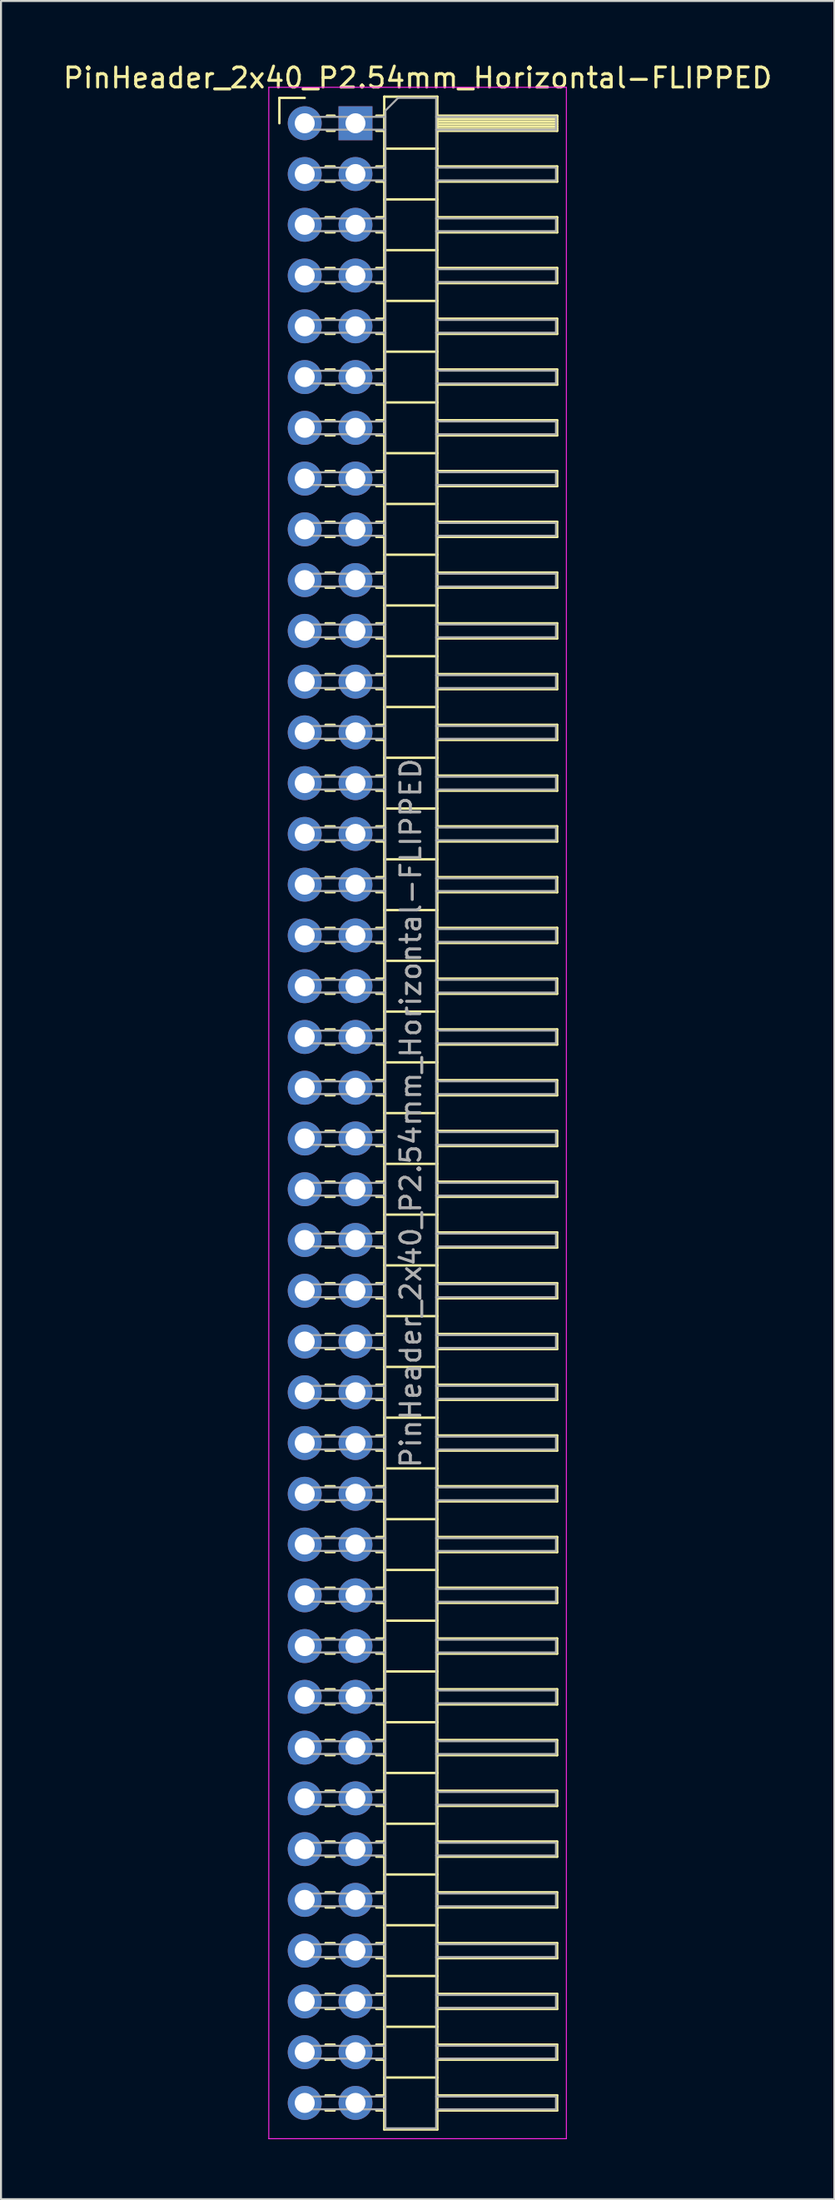
<source format=kicad_pcb>
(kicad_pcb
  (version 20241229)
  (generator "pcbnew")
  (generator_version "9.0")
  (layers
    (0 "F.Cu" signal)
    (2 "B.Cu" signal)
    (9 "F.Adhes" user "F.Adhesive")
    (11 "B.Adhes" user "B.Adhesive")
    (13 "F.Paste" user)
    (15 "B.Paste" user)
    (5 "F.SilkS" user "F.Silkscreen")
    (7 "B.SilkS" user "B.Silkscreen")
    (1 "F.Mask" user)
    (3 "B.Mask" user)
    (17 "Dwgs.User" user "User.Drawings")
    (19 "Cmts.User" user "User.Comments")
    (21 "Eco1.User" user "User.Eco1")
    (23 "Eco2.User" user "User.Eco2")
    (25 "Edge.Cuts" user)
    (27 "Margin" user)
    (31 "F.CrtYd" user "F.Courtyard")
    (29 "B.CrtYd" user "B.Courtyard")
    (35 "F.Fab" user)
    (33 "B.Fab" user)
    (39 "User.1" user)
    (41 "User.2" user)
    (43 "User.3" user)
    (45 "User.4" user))
  (footprint "PinHeader_2x40_P2.54mm_Horizontal-FLIPPED"
    (layer "F.Cu")
    (at 12.208 3.118)
    (property "Reference" "PinHeader_2x40_P2.54mm_Horizontal-FLIPPED" (at 5.655 -2.27 0) (layer "F.SilkS") (effects (font (size 1 1) (thickness 0.15))))
    (attr through_hole)
    (fp_line (start -1.27 -1.27) (end 0 -1.27) (stroke (width 0.12) (type solid)) (layer "F.SilkS"))
    (fp_line (start -1.27 0) (end -1.27 -1.27) (stroke (width 0.12) (type solid)) (layer "F.SilkS"))
    (fp_line (start 1.043 2.16) (end 1.497 2.16) (stroke (width 0.12) (type solid)) (layer "F.SilkS"))
    (fp_line (start 1.043 2.92) (end 1.497 2.92) (stroke (width 0.12) (type solid)) (layer "F.SilkS"))
    (fp_line (start 1.043 4.7) (end 1.497 4.7) (stroke (width 0.12) (type solid)) (layer "F.SilkS"))
    (fp_line (start 1.043 5.46) (end 1.497 5.46) (stroke (width 0.12) (type solid)) (layer "F.SilkS"))
    (fp_line (start 1.043 7.24) (end 1.497 7.24) (stroke (width 0.12) (type solid)) (layer "F.SilkS"))
    (fp_line (start 1.043 8) (end 1.497 8) (stroke (width 0.12) (type solid)) (layer "F.SilkS"))
    (fp_line (start 1.043 9.78) (end 1.497 9.78) (stroke (width 0.12) (type solid)) (layer "F.SilkS"))
    (fp_line (start 1.043 10.54) (end 1.497 10.54) (stroke (width 0.12) (type solid)) (layer "F.SilkS"))
    (fp_line (start 1.043 12.32) (end 1.497 12.32) (stroke (width 0.12) (type solid)) (layer "F.SilkS"))
    (fp_line (start 1.043 13.08) (end 1.497 13.08) (stroke (width 0.12) (type solid)) (layer "F.SilkS"))
    (fp_line (start 1.043 14.86) (end 1.497 14.86) (stroke (width 0.12) (type solid)) (layer "F.SilkS"))
    (fp_line (start 1.043 15.62) (end 1.497 15.62) (stroke (width 0.12) (type solid)) (layer "F.SilkS"))
    (fp_line (start 1.043 17.4) (end 1.497 17.4) (stroke (width 0.12) (type solid)) (layer "F.SilkS"))
    (fp_line (start 1.043 18.16) (end 1.497 18.16) (stroke (width 0.12) (type solid)) (layer "F.SilkS"))
    (fp_line (start 1.043 19.94) (end 1.497 19.94) (stroke (width 0.12) (type solid)) (layer "F.SilkS"))
    (fp_line (start 1.043 20.7) (end 1.497 20.7) (stroke (width 0.12) (type solid)) (layer "F.SilkS"))
    (fp_line (start 1.043 22.48) (end 1.497 22.48) (stroke (width 0.12) (type solid)) (layer "F.SilkS"))
    (fp_line (start 1.043 23.24) (end 1.497 23.24) (stroke (width 0.12) (type solid)) (layer "F.SilkS"))
    (fp_line (start 1.043 25.02) (end 1.497 25.02) (stroke (width 0.12) (type solid)) (layer "F.SilkS"))
    (fp_line (start 1.043 25.78) (end 1.497 25.78) (stroke (width 0.12) (type solid)) (layer "F.SilkS"))
    (fp_line (start 1.043 27.56) (end 1.497 27.56) (stroke (width 0.12) (type solid)) (layer "F.SilkS"))
    (fp_line (start 1.043 28.32) (end 1.497 28.32) (stroke (width 0.12) (type solid)) (layer "F.SilkS"))
    (fp_line (start 1.043 30.1) (end 1.497 30.1) (stroke (width 0.12) (type solid)) (layer "F.SilkS"))
    (fp_line (start 1.043 30.86) (end 1.497 30.86) (stroke (width 0.12) (type solid)) (layer "F.SilkS"))
    (fp_line (start 1.043 32.64) (end 1.497 32.64) (stroke (width 0.12) (type solid)) (layer "F.SilkS"))
    (fp_line (start 1.043 33.4) (end 1.497 33.4) (stroke (width 0.12) (type solid)) (layer "F.SilkS"))
    (fp_line (start 1.043 35.18) (end 1.497 35.18) (stroke (width 0.12) (type solid)) (layer "F.SilkS"))
    (fp_line (start 1.043 35.94) (end 1.497 35.94) (stroke (width 0.12) (type solid)) (layer "F.SilkS"))
    (fp_line (start 1.043 37.72) (end 1.497 37.72) (stroke (width 0.12) (type solid)) (layer "F.SilkS"))
    (fp_line (start 1.043 38.48) (end 1.497 38.48) (stroke (width 0.12) (type solid)) (layer "F.SilkS"))
    (fp_line (start 1.043 40.26) (end 1.497 40.26) (stroke (width 0.12) (type solid)) (layer "F.SilkS"))
    (fp_line (start 1.043 41.02) (end 1.497 41.02) (stroke (width 0.12) (type solid)) (layer "F.SilkS"))
    (fp_line (start 1.043 42.8) (end 1.497 42.8) (stroke (width 0.12) (type solid)) (layer "F.SilkS"))
    (fp_line (start 1.043 43.56) (end 1.497 43.56) (stroke (width 0.12) (type solid)) (layer "F.SilkS"))
    (fp_line (start 1.043 45.34) (end 1.497 45.34) (stroke (width 0.12) (type solid)) (layer "F.SilkS"))
    (fp_line (start 1.043 46.1) (end 1.497 46.1) (stroke (width 0.12) (type solid)) (layer "F.SilkS"))
    (fp_line (start 1.043 47.88) (end 1.497 47.88) (stroke (width 0.12) (type solid)) (layer "F.SilkS"))
    (fp_line (start 1.043 48.64) (end 1.497 48.64) (stroke (width 0.12) (type solid)) (layer "F.SilkS"))
    (fp_line (start 1.043 50.42) (end 1.497 50.42) (stroke (width 0.12) (type solid)) (layer "F.SilkS"))
    (fp_line (start 1.043 51.18) (end 1.497 51.18) (stroke (width 0.12) (type solid)) (layer "F.SilkS"))
    (fp_line (start 1.043 52.96) (end 1.497 52.96) (stroke (width 0.12) (type solid)) (layer "F.SilkS"))
    (fp_line (start 1.043 53.72) (end 1.497 53.72) (stroke (width 0.12) (type solid)) (layer "F.SilkS"))
    (fp_line (start 1.043 55.5) (end 1.497 55.5) (stroke (width 0.12) (type solid)) (layer "F.SilkS"))
    (fp_line (start 1.043 56.26) (end 1.497 56.26) (stroke (width 0.12) (type solid)) (layer "F.SilkS"))
    (fp_line (start 1.043 58.04) (end 1.497 58.04) (stroke (width 0.12) (type solid)) (layer "F.SilkS"))
    (fp_line (start 1.043 58.8) (end 1.497 58.8) (stroke (width 0.12) (type solid)) (layer "F.SilkS"))
    (fp_line (start 1.043 60.58) (end 1.497 60.58) (stroke (width 0.12) (type solid)) (layer "F.SilkS"))
    (fp_line (start 1.043 61.34) (end 1.497 61.34) (stroke (width 0.12) (type solid)) (layer "F.SilkS"))
    (fp_line (start 1.043 63.12) (end 1.497 63.12) (stroke (width 0.12) (type solid)) (layer "F.SilkS"))
    (fp_line (start 1.043 63.88) (end 1.497 63.88) (stroke (width 0.12) (type solid)) (layer "F.SilkS"))
    (fp_line (start 1.043 65.66) (end 1.497 65.66) (stroke (width 0.12) (type solid)) (layer "F.SilkS"))
    (fp_line (start 1.043 66.42) (end 1.497 66.42) (stroke (width 0.12) (type solid)) (layer "F.SilkS"))
    (fp_line (start 1.043 68.2) (end 1.497 68.2) (stroke (width 0.12) (type solid)) (layer "F.SilkS"))
    (fp_line (start 1.043 68.96) (end 1.497 68.96) (stroke (width 0.12) (type solid)) (layer "F.SilkS"))
    (fp_line (start 1.043 70.74) (end 1.497 70.74) (stroke (width 0.12) (type solid)) (layer "F.SilkS"))
    (fp_line (start 1.043 71.5) (end 1.497 71.5) (stroke (width 0.12) (type solid)) (layer "F.SilkS"))
    (fp_line (start 1.043 73.28) (end 1.497 73.28) (stroke (width 0.12) (type solid)) (layer "F.SilkS"))
    (fp_line (start 1.043 74.04) (end 1.497 74.04) (stroke (width 0.12) (type solid)) (layer "F.SilkS"))
    (fp_line (start 1.043 75.82) (end 1.497 75.82) (stroke (width 0.12) (type solid)) (layer "F.SilkS"))
    (fp_line (start 1.043 76.58) (end 1.497 76.58) (stroke (width 0.12) (type solid)) (layer "F.SilkS"))
    (fp_line (start 1.043 78.36) (end 1.497 78.36) (stroke (width 0.12) (type solid)) (layer "F.SilkS"))
    (fp_line (start 1.043 79.12) (end 1.497 79.12) (stroke (width 0.12) (type solid)) (layer "F.SilkS"))
    (fp_line (start 1.043 80.9) (end 1.497 80.9) (stroke (width 0.12) (type solid)) (layer "F.SilkS"))
    (fp_line (start 1.043 81.66) (end 1.497 81.66) (stroke (width 0.12) (type solid)) (layer "F.SilkS"))
    (fp_line (start 1.043 83.44) (end 1.497 83.44) (stroke (width 0.12) (type solid)) (layer "F.SilkS"))
    (fp_line (start 1.043 84.2) (end 1.497 84.2) (stroke (width 0.12) (type solid)) (layer "F.SilkS"))
    (fp_line (start 1.043 85.98) (end 1.497 85.98) (stroke (width 0.12) (type solid)) (layer "F.SilkS"))
    (fp_line (start 1.043 86.74) (end 1.497 86.74) (stroke (width 0.12) (type solid)) (layer "F.SilkS"))
    (fp_line (start 1.043 88.52) (end 1.497 88.52) (stroke (width 0.12) (type solid)) (layer "F.SilkS"))
    (fp_line (start 1.043 89.28) (end 1.497 89.28) (stroke (width 0.12) (type solid)) (layer "F.SilkS"))
    (fp_line (start 1.043 91.06) (end 1.497 91.06) (stroke (width 0.12) (type solid)) (layer "F.SilkS"))
    (fp_line (start 1.043 91.82) (end 1.497 91.82) (stroke (width 0.12) (type solid)) (layer "F.SilkS"))
    (fp_line (start 1.043 93.6) (end 1.497 93.6) (stroke (width 0.12) (type solid)) (layer "F.SilkS"))
    (fp_line (start 1.043 94.36) (end 1.497 94.36) (stroke (width 0.12) (type solid)) (layer "F.SilkS"))
    (fp_line (start 1.043 96.14) (end 1.497 96.14) (stroke (width 0.12) (type solid)) (layer "F.SilkS"))
    (fp_line (start 1.043 96.9) (end 1.497 96.9) (stroke (width 0.12) (type solid)) (layer "F.SilkS"))
    (fp_line (start 1.043 98.68) (end 1.497 98.68) (stroke (width 0.12) (type solid)) (layer "F.SilkS"))
    (fp_line (start 1.043 99.44) (end 1.497 99.44) (stroke (width 0.12) (type solid)) (layer "F.SilkS"))
    (fp_line (start 1.11 -0.38) (end 1.497 -0.38) (stroke (width 0.12) (type solid)) (layer "F.SilkS"))
    (fp_line (start 1.11 0.38) (end 1.497 0.38) (stroke (width 0.12) (type solid)) (layer "F.SilkS"))
    (fp_line (start 3.583 -0.38) (end 3.98 -0.38) (stroke (width 0.12) (type solid)) (layer "F.SilkS"))
    (fp_line (start 3.583 0.38) (end 3.98 0.38) (stroke (width 0.12) (type solid)) (layer "F.SilkS"))
    (fp_line (start 3.583 2.16) (end 3.98 2.16) (stroke (width 0.12) (type solid)) (layer "F.SilkS"))
    (fp_line (start 3.583 2.92) (end 3.98 2.92) (stroke (width 0.12) (type solid)) (layer "F.SilkS"))
    (fp_line (start 3.583 4.7) (end 3.98 4.7) (stroke (width 0.12) (type solid)) (layer "F.SilkS"))
    (fp_line (start 3.583 5.46) (end 3.98 5.46) (stroke (width 0.12) (type solid)) (layer "F.SilkS"))
    (fp_line (start 3.583 7.24) (end 3.98 7.24) (stroke (width 0.12) (type solid)) (layer "F.SilkS"))
    (fp_line (start 3.583 8) (end 3.98 8) (stroke (width 0.12) (type solid)) (layer "F.SilkS"))
    (fp_line (start 3.583 9.78) (end 3.98 9.78) (stroke (width 0.12) (type solid)) (layer "F.SilkS"))
    (fp_line (start 3.583 10.54) (end 3.98 10.54) (stroke (width 0.12) (type solid)) (layer "F.SilkS"))
    (fp_line (start 3.583 12.32) (end 3.98 12.32) (stroke (width 0.12) (type solid)) (layer "F.SilkS"))
    (fp_line (start 3.583 13.08) (end 3.98 13.08) (stroke (width 0.12) (type solid)) (layer "F.SilkS"))
    (fp_line (start 3.583 14.86) (end 3.98 14.86) (stroke (width 0.12) (type solid)) (layer "F.SilkS"))
    (fp_line (start 3.583 15.62) (end 3.98 15.62) (stroke (width 0.12) (type solid)) (layer "F.SilkS"))
    (fp_line (start 3.583 17.4) (end 3.98 17.4) (stroke (width 0.12) (type solid)) (layer "F.SilkS"))
    (fp_line (start 3.583 18.16) (end 3.98 18.16) (stroke (width 0.12) (type solid)) (layer "F.SilkS"))
    (fp_line (start 3.583 19.94) (end 3.98 19.94) (stroke (width 0.12) (type solid)) (layer "F.SilkS"))
    (fp_line (start 3.583 20.7) (end 3.98 20.7) (stroke (width 0.12) (type solid)) (layer "F.SilkS"))
    (fp_line (start 3.583 22.48) (end 3.98 22.48) (stroke (width 0.12) (type solid)) (layer "F.SilkS"))
    (fp_line (start 3.583 23.24) (end 3.98 23.24) (stroke (width 0.12) (type solid)) (layer "F.SilkS"))
    (fp_line (start 3.583 25.02) (end 3.98 25.02) (stroke (width 0.12) (type solid)) (layer "F.SilkS"))
    (fp_line (start 3.583 25.78) (end 3.98 25.78) (stroke (width 0.12) (type solid)) (layer "F.SilkS"))
    (fp_line (start 3.583 27.56) (end 3.98 27.56) (stroke (width 0.12) (type solid)) (layer "F.SilkS"))
    (fp_line (start 3.583 28.32) (end 3.98 28.32) (stroke (width 0.12) (type solid)) (layer "F.SilkS"))
    (fp_line (start 3.583 30.1) (end 3.98 30.1) (stroke (width 0.12) (type solid)) (layer "F.SilkS"))
    (fp_line (start 3.583 30.86) (end 3.98 30.86) (stroke (width 0.12) (type solid)) (layer "F.SilkS"))
    (fp_line (start 3.583 32.64) (end 3.98 32.64) (stroke (width 0.12) (type solid)) (layer "F.SilkS"))
    (fp_line (start 3.583 33.4) (end 3.98 33.4) (stroke (width 0.12) (type solid)) (layer "F.SilkS"))
    (fp_line (start 3.583 35.18) (end 3.98 35.18) (stroke (width 0.12) (type solid)) (layer "F.SilkS"))
    (fp_line (start 3.583 35.94) (end 3.98 35.94) (stroke (width 0.12) (type solid)) (layer "F.SilkS"))
    (fp_line (start 3.583 37.72) (end 3.98 37.72) (stroke (width 0.12) (type solid)) (layer "F.SilkS"))
    (fp_line (start 3.583 38.48) (end 3.98 38.48) (stroke (width 0.12) (type solid)) (layer "F.SilkS"))
    (fp_line (start 3.583 40.26) (end 3.98 40.26) (stroke (width 0.12) (type solid)) (layer "F.SilkS"))
    (fp_line (start 3.583 41.02) (end 3.98 41.02) (stroke (width 0.12) (type solid)) (layer "F.SilkS"))
    (fp_line (start 3.583 42.8) (end 3.98 42.8) (stroke (width 0.12) (type solid)) (layer "F.SilkS"))
    (fp_line (start 3.583 43.56) (end 3.98 43.56) (stroke (width 0.12) (type solid)) (layer "F.SilkS"))
    (fp_line (start 3.583 45.34) (end 3.98 45.34) (stroke (width 0.12) (type solid)) (layer "F.SilkS"))
    (fp_line (start 3.583 46.1) (end 3.98 46.1) (stroke (width 0.12) (type solid)) (layer "F.SilkS"))
    (fp_line (start 3.583 47.88) (end 3.98 47.88) (stroke (width 0.12) (type solid)) (layer "F.SilkS"))
    (fp_line (start 3.583 48.64) (end 3.98 48.64) (stroke (width 0.12) (type solid)) (layer "F.SilkS"))
    (fp_line (start 3.583 50.42) (end 3.98 50.42) (stroke (width 0.12) (type solid)) (layer "F.SilkS"))
    (fp_line (start 3.583 51.18) (end 3.98 51.18) (stroke (width 0.12) (type solid)) (layer "F.SilkS"))
    (fp_line (start 3.583 52.96) (end 3.98 52.96) (stroke (width 0.12) (type solid)) (layer "F.SilkS"))
    (fp_line (start 3.583 53.72) (end 3.98 53.72) (stroke (width 0.12) (type solid)) (layer "F.SilkS"))
    (fp_line (start 3.583 55.5) (end 3.98 55.5) (stroke (width 0.12) (type solid)) (layer "F.SilkS"))
    (fp_line (start 3.583 56.26) (end 3.98 56.26) (stroke (width 0.12) (type solid)) (layer "F.SilkS"))
    (fp_line (start 3.583 58.04) (end 3.98 58.04) (stroke (width 0.12) (type solid)) (layer "F.SilkS"))
    (fp_line (start 3.583 58.8) (end 3.98 58.8) (stroke (width 0.12) (type solid)) (layer "F.SilkS"))
    (fp_line (start 3.583 60.58) (end 3.98 60.58) (stroke (width 0.12) (type solid)) (layer "F.SilkS"))
    (fp_line (start 3.583 61.34) (end 3.98 61.34) (stroke (width 0.12) (type solid)) (layer "F.SilkS"))
    (fp_line (start 3.583 63.12) (end 3.98 63.12) (stroke (width 0.12) (type solid)) (layer "F.SilkS"))
    (fp_line (start 3.583 63.88) (end 3.98 63.88) (stroke (width 0.12) (type solid)) (layer "F.SilkS"))
    (fp_line (start 3.583 65.66) (end 3.98 65.66) (stroke (width 0.12) (type solid)) (layer "F.SilkS"))
    (fp_line (start 3.583 66.42) (end 3.98 66.42) (stroke (width 0.12) (type solid)) (layer "F.SilkS"))
    (fp_line (start 3.583 68.2) (end 3.98 68.2) (stroke (width 0.12) (type solid)) (layer "F.SilkS"))
    (fp_line (start 3.583 68.96) (end 3.98 68.96) (stroke (width 0.12) (type solid)) (layer "F.SilkS"))
    (fp_line (start 3.583 70.74) (end 3.98 70.74) (stroke (width 0.12) (type solid)) (layer "F.SilkS"))
    (fp_line (start 3.583 71.5) (end 3.98 71.5) (stroke (width 0.12) (type solid)) (layer "F.SilkS"))
    (fp_line (start 3.583 73.28) (end 3.98 73.28) (stroke (width 0.12) (type solid)) (layer "F.SilkS"))
    (fp_line (start 3.583 74.04) (end 3.98 74.04) (stroke (width 0.12) (type solid)) (layer "F.SilkS"))
    (fp_line (start 3.583 75.82) (end 3.98 75.82) (stroke (width 0.12) (type solid)) (layer "F.SilkS"))
    (fp_line (start 3.583 76.58) (end 3.98 76.58) (stroke (width 0.12) (type solid)) (layer "F.SilkS"))
    (fp_line (start 3.583 78.36) (end 3.98 78.36) (stroke (width 0.12) (type solid)) (layer "F.SilkS"))
    (fp_line (start 3.583 79.12) (end 3.98 79.12) (stroke (width 0.12) (type solid)) (layer "F.SilkS"))
    (fp_line (start 3.583 80.9) (end 3.98 80.9) (stroke (width 0.12) (type solid)) (layer "F.SilkS"))
    (fp_line (start 3.583 81.66) (end 3.98 81.66) (stroke (width 0.12) (type solid)) (layer "F.SilkS"))
    (fp_line (start 3.583 83.44) (end 3.98 83.44) (stroke (width 0.12) (type solid)) (layer "F.SilkS"))
    (fp_line (start 3.583 84.2) (end 3.98 84.2) (stroke (width 0.12) (type solid)) (layer "F.SilkS"))
    (fp_line (start 3.583 85.98) (end 3.98 85.98) (stroke (width 0.12) (type solid)) (layer "F.SilkS"))
    (fp_line (start 3.583 86.74) (end 3.98 86.74) (stroke (width 0.12) (type solid)) (layer "F.SilkS"))
    (fp_line (start 3.583 88.52) (end 3.98 88.52) (stroke (width 0.12) (type solid)) (layer "F.SilkS"))
    (fp_line (start 3.583 89.28) (end 3.98 89.28) (stroke (width 0.12) (type solid)) (layer "F.SilkS"))
    (fp_line (start 3.583 91.06) (end 3.98 91.06) (stroke (width 0.12) (type solid)) (layer "F.SilkS"))
    (fp_line (start 3.583 91.82) (end 3.98 91.82) (stroke (width 0.12) (type solid)) (layer "F.SilkS"))
    (fp_line (start 3.583 93.6) (end 3.98 93.6) (stroke (width 0.12) (type solid)) (layer "F.SilkS"))
    (fp_line (start 3.583 94.36) (end 3.98 94.36) (stroke (width 0.12) (type solid)) (layer "F.SilkS"))
    (fp_line (start 3.583 96.14) (end 3.98 96.14) (stroke (width 0.12) (type solid)) (layer "F.SilkS"))
    (fp_line (start 3.583 96.9) (end 3.98 96.9) (stroke (width 0.12) (type solid)) (layer "F.SilkS"))
    (fp_line (start 3.583 98.68) (end 3.98 98.68) (stroke (width 0.12) (type solid)) (layer "F.SilkS"))
    (fp_line (start 3.583 99.44) (end 3.98 99.44) (stroke (width 0.12) (type solid)) (layer "F.SilkS"))
    (fp_line (start 3.98 -1.33) (end 3.98 100.39) (stroke (width 0.12) (type solid)) (layer "F.SilkS"))
    (fp_line (start 3.98 1.27) (end 6.64 1.27) (stroke (width 0.12) (type solid)) (layer "F.SilkS"))
    (fp_line (start 3.98 3.81) (end 6.64 3.81) (stroke (width 0.12) (type solid)) (layer "F.SilkS"))
    (fp_line (start 3.98 6.35) (end 6.64 6.35) (stroke (width 0.12) (type solid)) (layer "F.SilkS"))
    (fp_line (start 3.98 8.89) (end 6.64 8.89) (stroke (width 0.12) (type solid)) (layer "F.SilkS"))
    (fp_line (start 3.98 11.43) (end 6.64 11.43) (stroke (width 0.12) (type solid)) (layer "F.SilkS"))
    (fp_line (start 3.98 13.97) (end 6.64 13.97) (stroke (width 0.12) (type solid)) (layer "F.SilkS"))
    (fp_line (start 3.98 16.51) (end 6.64 16.51) (stroke (width 0.12) (type solid)) (layer "F.SilkS"))
    (fp_line (start 3.98 19.05) (end 6.64 19.05) (stroke (width 0.12) (type solid)) (layer "F.SilkS"))
    (fp_line (start 3.98 21.59) (end 6.64 21.59) (stroke (width 0.12) (type solid)) (layer "F.SilkS"))
    (fp_line (start 3.98 24.13) (end 6.64 24.13) (stroke (width 0.12) (type solid)) (layer "F.SilkS"))
    (fp_line (start 3.98 26.67) (end 6.64 26.67) (stroke (width 0.12) (type solid)) (layer "F.SilkS"))
    (fp_line (start 3.98 29.21) (end 6.64 29.21) (stroke (width 0.12) (type solid)) (layer "F.SilkS"))
    (fp_line (start 3.98 31.75) (end 6.64 31.75) (stroke (width 0.12) (type solid)) (layer "F.SilkS"))
    (fp_line (start 3.98 34.29) (end 6.64 34.29) (stroke (width 0.12) (type solid)) (layer "F.SilkS"))
    (fp_line (start 3.98 36.83) (end 6.64 36.83) (stroke (width 0.12) (type solid)) (layer "F.SilkS"))
    (fp_line (start 3.98 39.37) (end 6.64 39.37) (stroke (width 0.12) (type solid)) (layer "F.SilkS"))
    (fp_line (start 3.98 41.91) (end 6.64 41.91) (stroke (width 0.12) (type solid)) (layer "F.SilkS"))
    (fp_line (start 3.98 44.45) (end 6.64 44.45) (stroke (width 0.12) (type solid)) (layer "F.SilkS"))
    (fp_line (start 3.98 46.99) (end 6.64 46.99) (stroke (width 0.12) (type solid)) (layer "F.SilkS"))
    (fp_line (start 3.98 49.53) (end 6.64 49.53) (stroke (width 0.12) (type solid)) (layer "F.SilkS"))
    (fp_line (start 3.98 52.07) (end 6.64 52.07) (stroke (width 0.12) (type solid)) (layer "F.SilkS"))
    (fp_line (start 3.98 54.61) (end 6.64 54.61) (stroke (width 0.12) (type solid)) (layer "F.SilkS"))
    (fp_line (start 3.98 57.15) (end 6.64 57.15) (stroke (width 0.12) (type solid)) (layer "F.SilkS"))
    (fp_line (start 3.98 59.69) (end 6.64 59.69) (stroke (width 0.12) (type solid)) (layer "F.SilkS"))
    (fp_line (start 3.98 62.23) (end 6.64 62.23) (stroke (width 0.12) (type solid)) (layer "F.SilkS"))
    (fp_line (start 3.98 64.77) (end 6.64 64.77) (stroke (width 0.12) (type solid)) (layer "F.SilkS"))
    (fp_line (start 3.98 67.31) (end 6.64 67.31) (stroke (width 0.12) (type solid)) (layer "F.SilkS"))
    (fp_line (start 3.98 69.85) (end 6.64 69.85) (stroke (width 0.12) (type solid)) (layer "F.SilkS"))
    (fp_line (start 3.98 72.39) (end 6.64 72.39) (stroke (width 0.12) (type solid)) (layer "F.SilkS"))
    (fp_line (start 3.98 74.93) (end 6.64 74.93) (stroke (width 0.12) (type solid)) (layer "F.SilkS"))
    (fp_line (start 3.98 77.47) (end 6.64 77.47) (stroke (width 0.12) (type solid)) (layer "F.SilkS"))
    (fp_line (start 3.98 80.01) (end 6.64 80.01) (stroke (width 0.12) (type solid)) (layer "F.SilkS"))
    (fp_line (start 3.98 82.55) (end 6.64 82.55) (stroke (width 0.12) (type solid)) (layer "F.SilkS"))
    (fp_line (start 3.98 85.09) (end 6.64 85.09) (stroke (width 0.12) (type solid)) (layer "F.SilkS"))
    (fp_line (start 3.98 87.63) (end 6.64 87.63) (stroke (width 0.12) (type solid)) (layer "F.SilkS"))
    (fp_line (start 3.98 90.17) (end 6.64 90.17) (stroke (width 0.12) (type solid)) (layer "F.SilkS"))
    (fp_line (start 3.98 92.71) (end 6.64 92.71) (stroke (width 0.12) (type solid)) (layer "F.SilkS"))
    (fp_line (start 3.98 95.25) (end 6.64 95.25) (stroke (width 0.12) (type solid)) (layer "F.SilkS"))
    (fp_line (start 3.98 97.79) (end 6.64 97.79) (stroke (width 0.12) (type solid)) (layer "F.SilkS"))
    (fp_line (start 3.98 100.39) (end 6.64 100.39) (stroke (width 0.12) (type solid)) (layer "F.SilkS"))
    (fp_line (start 6.64 -1.33) (end 3.98 -1.33) (stroke (width 0.12) (type solid)) (layer "F.SilkS"))
    (fp_line (start 6.64 -0.38) (end 12.64 -0.38) (stroke (width 0.12) (type solid)) (layer "F.SilkS"))
    (fp_line (start 6.64 -0.32) (end 12.64 -0.32) (stroke (width 0.12) (type solid)) (layer "F.SilkS"))
    (fp_line (start 6.64 -0.2) (end 12.64 -0.2) (stroke (width 0.12) (type solid)) (layer "F.SilkS"))
    (fp_line (start 6.64 -0.08) (end 12.64 -0.08) (stroke (width 0.12) (type solid)) (layer "F.SilkS"))
    (fp_line (start 6.64 0.04) (end 12.64 0.04) (stroke (width 0.12) (type solid)) (layer "F.SilkS"))
    (fp_line (start 6.64 0.16) (end 12.64 0.16) (stroke (width 0.12) (type solid)) (layer "F.SilkS"))
    (fp_line (start 6.64 0.28) (end 12.64 0.28) (stroke (width 0.12) (type solid)) (layer "F.SilkS"))
    (fp_line (start 6.64 2.16) (end 12.64 2.16) (stroke (width 0.12) (type solid)) (layer "F.SilkS"))
    (fp_line (start 6.64 4.7) (end 12.64 4.7) (stroke (width 0.12) (type solid)) (layer "F.SilkS"))
    (fp_line (start 6.64 7.24) (end 12.64 7.24) (stroke (width 0.12) (type solid)) (layer "F.SilkS"))
    (fp_line (start 6.64 9.78) (end 12.64 9.78) (stroke (width 0.12) (type solid)) (layer "F.SilkS"))
    (fp_line (start 6.64 12.32) (end 12.64 12.32) (stroke (width 0.12) (type solid)) (layer "F.SilkS"))
    (fp_line (start 6.64 14.86) (end 12.64 14.86) (stroke (width 0.12) (type solid)) (layer "F.SilkS"))
    (fp_line (start 6.64 17.4) (end 12.64 17.4) (stroke (width 0.12) (type solid)) (layer "F.SilkS"))
    (fp_line (start 6.64 19.94) (end 12.64 19.94) (stroke (width 0.12) (type solid)) (layer "F.SilkS"))
    (fp_line (start 6.64 22.48) (end 12.64 22.48) (stroke (width 0.12) (type solid)) (layer "F.SilkS"))
    (fp_line (start 6.64 25.02) (end 12.64 25.02) (stroke (width 0.12) (type solid)) (layer "F.SilkS"))
    (fp_line (start 6.64 27.56) (end 12.64 27.56) (stroke (width 0.12) (type solid)) (layer "F.SilkS"))
    (fp_line (start 6.64 30.1) (end 12.64 30.1) (stroke (width 0.12) (type solid)) (layer "F.SilkS"))
    (fp_line (start 6.64 32.64) (end 12.64 32.64) (stroke (width 0.12) (type solid)) (layer "F.SilkS"))
    (fp_line (start 6.64 35.18) (end 12.64 35.18) (stroke (width 0.12) (type solid)) (layer "F.SilkS"))
    (fp_line (start 6.64 37.72) (end 12.64 37.72) (stroke (width 0.12) (type solid)) (layer "F.SilkS"))
    (fp_line (start 6.64 40.26) (end 12.64 40.26) (stroke (width 0.12) (type solid)) (layer "F.SilkS"))
    (fp_line (start 6.64 42.8) (end 12.64 42.8) (stroke (width 0.12) (type solid)) (layer "F.SilkS"))
    (fp_line (start 6.64 45.34) (end 12.64 45.34) (stroke (width 0.12) (type solid)) (layer "F.SilkS"))
    (fp_line (start 6.64 47.88) (end 12.64 47.88) (stroke (width 0.12) (type solid)) (layer "F.SilkS"))
    (fp_line (start 6.64 50.42) (end 12.64 50.42) (stroke (width 0.12) (type solid)) (layer "F.SilkS"))
    (fp_line (start 6.64 52.96) (end 12.64 52.96) (stroke (width 0.12) (type solid)) (layer "F.SilkS"))
    (fp_line (start 6.64 55.5) (end 12.64 55.5) (stroke (width 0.12) (type solid)) (layer "F.SilkS"))
    (fp_line (start 6.64 58.04) (end 12.64 58.04) (stroke (width 0.12) (type solid)) (layer "F.SilkS"))
    (fp_line (start 6.64 60.58) (end 12.64 60.58) (stroke (width 0.12) (type solid)) (layer "F.SilkS"))
    (fp_line (start 6.64 63.12) (end 12.64 63.12) (stroke (width 0.12) (type solid)) (layer "F.SilkS"))
    (fp_line (start 6.64 65.66) (end 12.64 65.66) (stroke (width 0.12) (type solid)) (layer "F.SilkS"))
    (fp_line (start 6.64 68.2) (end 12.64 68.2) (stroke (width 0.12) (type solid)) (layer "F.SilkS"))
    (fp_line (start 6.64 70.74) (end 12.64 70.74) (stroke (width 0.12) (type solid)) (layer "F.SilkS"))
    (fp_line (start 6.64 73.28) (end 12.64 73.28) (stroke (width 0.12) (type solid)) (layer "F.SilkS"))
    (fp_line (start 6.64 75.82) (end 12.64 75.82) (stroke (width 0.12) (type solid)) (layer "F.SilkS"))
    (fp_line (start 6.64 78.36) (end 12.64 78.36) (stroke (width 0.12) (type solid)) (layer "F.SilkS"))
    (fp_line (start 6.64 80.9) (end 12.64 80.9) (stroke (width 0.12) (type solid)) (layer "F.SilkS"))
    (fp_line (start 6.64 83.44) (end 12.64 83.44) (stroke (width 0.12) (type solid)) (layer "F.SilkS"))
    (fp_line (start 6.64 85.98) (end 12.64 85.98) (stroke (width 0.12) (type solid)) (layer "F.SilkS"))
    (fp_line (start 6.64 88.52) (end 12.64 88.52) (stroke (width 0.12) (type solid)) (layer "F.SilkS"))
    (fp_line (start 6.64 91.06) (end 12.64 91.06) (stroke (width 0.12) (type solid)) (layer "F.SilkS"))
    (fp_line (start 6.64 93.6) (end 12.64 93.6) (stroke (width 0.12) (type solid)) (layer "F.SilkS"))
    (fp_line (start 6.64 96.14) (end 12.64 96.14) (stroke (width 0.12) (type solid)) (layer "F.SilkS"))
    (fp_line (start 6.64 98.68) (end 12.64 98.68) (stroke (width 0.12) (type solid)) (layer "F.SilkS"))
    (fp_line (start 6.64 100.39) (end 6.64 -1.33) (stroke (width 0.12) (type solid)) (layer "F.SilkS"))
    (fp_line (start 12.64 -0.38) (end 12.64 0.38) (stroke (width 0.12) (type solid)) (layer "F.SilkS"))
    (fp_line (start 12.64 0.38) (end 6.64 0.38) (stroke (width 0.12) (type solid)) (layer "F.SilkS"))
    (fp_line (start 12.64 2.16) (end 12.64 2.92) (stroke (width 0.12) (type solid)) (layer "F.SilkS"))
    (fp_line (start 12.64 2.92) (end 6.64 2.92) (stroke (width 0.12) (type solid)) (layer "F.SilkS"))
    (fp_line (start 12.64 4.7) (end 12.64 5.46) (stroke (width 0.12) (type solid)) (layer "F.SilkS"))
    (fp_line (start 12.64 5.46) (end 6.64 5.46) (stroke (width 0.12) (type solid)) (layer "F.SilkS"))
    (fp_line (start 12.64 7.24) (end 12.64 8) (stroke (width 0.12) (type solid)) (layer "F.SilkS"))
    (fp_line (start 12.64 8) (end 6.64 8) (stroke (width 0.12) (type solid)) (layer "F.SilkS"))
    (fp_line (start 12.64 9.78) (end 12.64 10.54) (stroke (width 0.12) (type solid)) (layer "F.SilkS"))
    (fp_line (start 12.64 10.54) (end 6.64 10.54) (stroke (width 0.12) (type solid)) (layer "F.SilkS"))
    (fp_line (start 12.64 12.32) (end 12.64 13.08) (stroke (width 0.12) (type solid)) (layer "F.SilkS"))
    (fp_line (start 12.64 13.08) (end 6.64 13.08) (stroke (width 0.12) (type solid)) (layer "F.SilkS"))
    (fp_line (start 12.64 14.86) (end 12.64 15.62) (stroke (width 0.12) (type solid)) (layer "F.SilkS"))
    (fp_line (start 12.64 15.62) (end 6.64 15.62) (stroke (width 0.12) (type solid)) (layer "F.SilkS"))
    (fp_line (start 12.64 17.4) (end 12.64 18.16) (stroke (width 0.12) (type solid)) (layer "F.SilkS"))
    (fp_line (start 12.64 18.16) (end 6.64 18.16) (stroke (width 0.12) (type solid)) (layer "F.SilkS"))
    (fp_line (start 12.64 19.94) (end 12.64 20.7) (stroke (width 0.12) (type solid)) (layer "F.SilkS"))
    (fp_line (start 12.64 20.7) (end 6.64 20.7) (stroke (width 0.12) (type solid)) (layer "F.SilkS"))
    (fp_line (start 12.64 22.48) (end 12.64 23.24) (stroke (width 0.12) (type solid)) (layer "F.SilkS"))
    (fp_line (start 12.64 23.24) (end 6.64 23.24) (stroke (width 0.12) (type solid)) (layer "F.SilkS"))
    (fp_line (start 12.64 25.02) (end 12.64 25.78) (stroke (width 0.12) (type solid)) (layer "F.SilkS"))
    (fp_line (start 12.64 25.78) (end 6.64 25.78) (stroke (width 0.12) (type solid)) (layer "F.SilkS"))
    (fp_line (start 12.64 27.56) (end 12.64 28.32) (stroke (width 0.12) (type solid)) (layer "F.SilkS"))
    (fp_line (start 12.64 28.32) (end 6.64 28.32) (stroke (width 0.12) (type solid)) (layer "F.SilkS"))
    (fp_line (start 12.64 30.1) (end 12.64 30.86) (stroke (width 0.12) (type solid)) (layer "F.SilkS"))
    (fp_line (start 12.64 30.86) (end 6.64 30.86) (stroke (width 0.12) (type solid)) (layer "F.SilkS"))
    (fp_line (start 12.64 32.64) (end 12.64 33.4) (stroke (width 0.12) (type solid)) (layer "F.SilkS"))
    (fp_line (start 12.64 33.4) (end 6.64 33.4) (stroke (width 0.12) (type solid)) (layer "F.SilkS"))
    (fp_line (start 12.64 35.18) (end 12.64 35.94) (stroke (width 0.12) (type solid)) (layer "F.SilkS"))
    (fp_line (start 12.64 35.94) (end 6.64 35.94) (stroke (width 0.12) (type solid)) (layer "F.SilkS"))
    (fp_line (start 12.64 37.72) (end 12.64 38.48) (stroke (width 0.12) (type solid)) (layer "F.SilkS"))
    (fp_line (start 12.64 38.48) (end 6.64 38.48) (stroke (width 0.12) (type solid)) (layer "F.SilkS"))
    (fp_line (start 12.64 40.26) (end 12.64 41.02) (stroke (width 0.12) (type solid)) (layer "F.SilkS"))
    (fp_line (start 12.64 41.02) (end 6.64 41.02) (stroke (width 0.12) (type solid)) (layer "F.SilkS"))
    (fp_line (start 12.64 42.8) (end 12.64 43.56) (stroke (width 0.12) (type solid)) (layer "F.SilkS"))
    (fp_line (start 12.64 43.56) (end 6.64 43.56) (stroke (width 0.12) (type solid)) (layer "F.SilkS"))
    (fp_line (start 12.64 45.34) (end 12.64 46.1) (stroke (width 0.12) (type solid)) (layer "F.SilkS"))
    (fp_line (start 12.64 46.1) (end 6.64 46.1) (stroke (width 0.12) (type solid)) (layer "F.SilkS"))
    (fp_line (start 12.64 47.88) (end 12.64 48.64) (stroke (width 0.12) (type solid)) (layer "F.SilkS"))
    (fp_line (start 12.64 48.64) (end 6.64 48.64) (stroke (width 0.12) (type solid)) (layer "F.SilkS"))
    (fp_line (start 12.64 50.42) (end 12.64 51.18) (stroke (width 0.12) (type solid)) (layer "F.SilkS"))
    (fp_line (start 12.64 51.18) (end 6.64 51.18) (stroke (width 0.12) (type solid)) (layer "F.SilkS"))
    (fp_line (start 12.64 52.96) (end 12.64 53.72) (stroke (width 0.12) (type solid)) (layer "F.SilkS"))
    (fp_line (start 12.64 53.72) (end 6.64 53.72) (stroke (width 0.12) (type solid)) (layer "F.SilkS"))
    (fp_line (start 12.64 55.5) (end 12.64 56.26) (stroke (width 0.12) (type solid)) (layer "F.SilkS"))
    (fp_line (start 12.64 56.26) (end 6.64 56.26) (stroke (width 0.12) (type solid)) (layer "F.SilkS"))
    (fp_line (start 12.64 58.04) (end 12.64 58.8) (stroke (width 0.12) (type solid)) (layer "F.SilkS"))
    (fp_line (start 12.64 58.8) (end 6.64 58.8) (stroke (width 0.12) (type solid)) (layer "F.SilkS"))
    (fp_line (start 12.64 60.58) (end 12.64 61.34) (stroke (width 0.12) (type solid)) (layer "F.SilkS"))
    (fp_line (start 12.64 61.34) (end 6.64 61.34) (stroke (width 0.12) (type solid)) (layer "F.SilkS"))
    (fp_line (start 12.64 63.12) (end 12.64 63.88) (stroke (width 0.12) (type solid)) (layer "F.SilkS"))
    (fp_line (start 12.64 63.88) (end 6.64 63.88) (stroke (width 0.12) (type solid)) (layer "F.SilkS"))
    (fp_line (start 12.64 65.66) (end 12.64 66.42) (stroke (width 0.12) (type solid)) (layer "F.SilkS"))
    (fp_line (start 12.64 66.42) (end 6.64 66.42) (stroke (width 0.12) (type solid)) (layer "F.SilkS"))
    (fp_line (start 12.64 68.2) (end 12.64 68.96) (stroke (width 0.12) (type solid)) (layer "F.SilkS"))
    (fp_line (start 12.64 68.96) (end 6.64 68.96) (stroke (width 0.12) (type solid)) (layer "F.SilkS"))
    (fp_line (start 12.64 70.74) (end 12.64 71.5) (stroke (width 0.12) (type solid)) (layer "F.SilkS"))
    (fp_line (start 12.64 71.5) (end 6.64 71.5) (stroke (width 0.12) (type solid)) (layer "F.SilkS"))
    (fp_line (start 12.64 73.28) (end 12.64 74.04) (stroke (width 0.12) (type solid)) (layer "F.SilkS"))
    (fp_line (start 12.64 74.04) (end 6.64 74.04) (stroke (width 0.12) (type solid)) (layer "F.SilkS"))
    (fp_line (start 12.64 75.82) (end 12.64 76.58) (stroke (width 0.12) (type solid)) (layer "F.SilkS"))
    (fp_line (start 12.64 76.58) (end 6.64 76.58) (stroke (width 0.12) (type solid)) (layer "F.SilkS"))
    (fp_line (start 12.64 78.36) (end 12.64 79.12) (stroke (width 0.12) (type solid)) (layer "F.SilkS"))
    (fp_line (start 12.64 79.12) (end 6.64 79.12) (stroke (width 0.12) (type solid)) (layer "F.SilkS"))
    (fp_line (start 12.64 80.9) (end 12.64 81.66) (stroke (width 0.12) (type solid)) (layer "F.SilkS"))
    (fp_line (start 12.64 81.66) (end 6.64 81.66) (stroke (width 0.12) (type solid)) (layer "F.SilkS"))
    (fp_line (start 12.64 83.44) (end 12.64 84.2) (stroke (width 0.12) (type solid)) (layer "F.SilkS"))
    (fp_line (start 12.64 84.2) (end 6.64 84.2) (stroke (width 0.12) (type solid)) (layer "F.SilkS"))
    (fp_line (start 12.64 85.98) (end 12.64 86.74) (stroke (width 0.12) (type solid)) (layer "F.SilkS"))
    (fp_line (start 12.64 86.74) (end 6.64 86.74) (stroke (width 0.12) (type solid)) (layer "F.SilkS"))
    (fp_line (start 12.64 88.52) (end 12.64 89.28) (stroke (width 0.12) (type solid)) (layer "F.SilkS"))
    (fp_line (start 12.64 89.28) (end 6.64 89.28) (stroke (width 0.12) (type solid)) (layer "F.SilkS"))
    (fp_line (start 12.64 91.06) (end 12.64 91.82) (stroke (width 0.12) (type solid)) (layer "F.SilkS"))
    (fp_line (start 12.64 91.82) (end 6.64 91.82) (stroke (width 0.12) (type solid)) (layer "F.SilkS"))
    (fp_line (start 12.64 93.6) (end 12.64 94.36) (stroke (width 0.12) (type solid)) (layer "F.SilkS"))
    (fp_line (start 12.64 94.36) (end 6.64 94.36) (stroke (width 0.12) (type solid)) (layer "F.SilkS"))
    (fp_line (start 12.64 96.14) (end 12.64 96.9) (stroke (width 0.12) (type solid)) (layer "F.SilkS"))
    (fp_line (start 12.64 96.9) (end 6.64 96.9) (stroke (width 0.12) (type solid)) (layer "F.SilkS"))
    (fp_line (start 12.64 98.68) (end 12.64 99.44) (stroke (width 0.12) (type solid)) (layer "F.SilkS"))
    (fp_line (start 12.64 99.44) (end 6.64 99.44) (stroke (width 0.12) (type solid)) (layer "F.SilkS"))
    (fp_line (start -1.8 -1.8) (end -1.8 100.85) (stroke (width 0.05) (type solid)) (layer "F.CrtYd"))
    (fp_line (start -1.8 100.85) (end 13.1 100.85) (stroke (width 0.05) (type solid)) (layer "F.CrtYd"))
    (fp_line (start 13.1 -1.8) (end -1.8 -1.8) (stroke (width 0.05) (type solid)) (layer "F.CrtYd"))
    (fp_line (start 13.1 100.85) (end 13.1 -1.8) (stroke (width 0.05) (type solid)) (layer "F.CrtYd"))
    (fp_line (start -0.32 -0.32) (end 4.04 -0.32) (stroke (width 0.1) (type solid)) (layer "F.Fab"))
    (fp_line (start -0.32 0.32) (end 4.04 0.32) (stroke (width 0.1) (type solid)) (layer "F.Fab"))
    (fp_line (start -0.32 2.22) (end 4.04 2.22) (stroke (width 0.1) (type solid)) (layer "F.Fab"))
    (fp_line (start -0.32 2.86) (end 4.04 2.86) (stroke (width 0.1) (type solid)) (layer "F.Fab"))
    (fp_line (start -0.32 4.76) (end 4.04 4.76) (stroke (width 0.1) (type solid)) (layer "F.Fab"))
    (fp_line (start -0.32 5.4) (end 4.04 5.4) (stroke (width 0.1) (type solid)) (layer "F.Fab"))
    (fp_line (start -0.32 7.3) (end 4.04 7.3) (stroke (width 0.1) (type solid)) (layer "F.Fab"))
    (fp_line (start -0.32 7.94) (end 4.04 7.94) (stroke (width 0.1) (type solid)) (layer "F.Fab"))
    (fp_line (start -0.32 9.84) (end 4.04 9.84) (stroke (width 0.1) (type solid)) (layer "F.Fab"))
    (fp_line (start -0.32 10.48) (end 4.04 10.48) (stroke (width 0.1) (type solid)) (layer "F.Fab"))
    (fp_line (start -0.32 12.38) (end 4.04 12.38) (stroke (width 0.1) (type solid)) (layer "F.Fab"))
    (fp_line (start -0.32 13.02) (end 4.04 13.02) (stroke (width 0.1) (type solid)) (layer "F.Fab"))
    (fp_line (start -0.32 14.92) (end 4.04 14.92) (stroke (width 0.1) (type solid)) (layer "F.Fab"))
    (fp_line (start -0.32 15.56) (end 4.04 15.56) (stroke (width 0.1) (type solid)) (layer "F.Fab"))
    (fp_line (start -0.32 17.46) (end 4.04 17.46) (stroke (width 0.1) (type solid)) (layer "F.Fab"))
    (fp_line (start -0.32 18.1) (end 4.04 18.1) (stroke (width 0.1) (type solid)) (layer "F.Fab"))
    (fp_line (start -0.32 20) (end 4.04 20) (stroke (width 0.1) (type solid)) (layer "F.Fab"))
    (fp_line (start -0.32 20.64) (end 4.04 20.64) (stroke (width 0.1) (type solid)) (layer "F.Fab"))
    (fp_line (start -0.32 22.54) (end 4.04 22.54) (stroke (width 0.1) (type solid)) (layer "F.Fab"))
    (fp_line (start -0.32 23.18) (end 4.04 23.18) (stroke (width 0.1) (type solid)) (layer "F.Fab"))
    (fp_line (start -0.32 25.08) (end 4.04 25.08) (stroke (width 0.1) (type solid)) (layer "F.Fab"))
    (fp_line (start -0.32 25.72) (end 4.04 25.72) (stroke (width 0.1) (type solid)) (layer "F.Fab"))
    (fp_line (start -0.32 27.62) (end 4.04 27.62) (stroke (width 0.1) (type solid)) (layer "F.Fab"))
    (fp_line (start -0.32 28.26) (end 4.04 28.26) (stroke (width 0.1) (type solid)) (layer "F.Fab"))
    (fp_line (start -0.32 30.16) (end 4.04 30.16) (stroke (width 0.1) (type solid)) (layer "F.Fab"))
    (fp_line (start -0.32 30.8) (end 4.04 30.8) (stroke (width 0.1) (type solid)) (layer "F.Fab"))
    (fp_line (start -0.32 32.7) (end 4.04 32.7) (stroke (width 0.1) (type solid)) (layer "F.Fab"))
    (fp_line (start -0.32 33.34) (end 4.04 33.34) (stroke (width 0.1) (type solid)) (layer "F.Fab"))
    (fp_line (start -0.32 35.24) (end 4.04 35.24) (stroke (width 0.1) (type solid)) (layer "F.Fab"))
    (fp_line (start -0.32 35.88) (end 4.04 35.88) (stroke (width 0.1) (type solid)) (layer "F.Fab"))
    (fp_line (start -0.32 37.78) (end 4.04 37.78) (stroke (width 0.1) (type solid)) (layer "F.Fab"))
    (fp_line (start -0.32 38.42) (end 4.04 38.42) (stroke (width 0.1) (type solid)) (layer "F.Fab"))
    (fp_line (start -0.32 40.32) (end 4.04 40.32) (stroke (width 0.1) (type solid)) (layer "F.Fab"))
    (fp_line (start -0.32 40.96) (end 4.04 40.96) (stroke (width 0.1) (type solid)) (layer "F.Fab"))
    (fp_line (start -0.32 42.86) (end 4.04 42.86) (stroke (width 0.1) (type solid)) (layer "F.Fab"))
    (fp_line (start -0.32 43.5) (end 4.04 43.5) (stroke (width 0.1) (type solid)) (layer "F.Fab"))
    (fp_line (start -0.32 45.4) (end 4.04 45.4) (stroke (width 0.1) (type solid)) (layer "F.Fab"))
    (fp_line (start -0.32 46.04) (end 4.04 46.04) (stroke (width 0.1) (type solid)) (layer "F.Fab"))
    (fp_line (start -0.32 47.94) (end 4.04 47.94) (stroke (width 0.1) (type solid)) (layer "F.Fab"))
    (fp_line (start -0.32 48.58) (end 4.04 48.58) (stroke (width 0.1) (type solid)) (layer "F.Fab"))
    (fp_line (start -0.32 50.48) (end 4.04 50.48) (stroke (width 0.1) (type solid)) (layer "F.Fab"))
    (fp_line (start -0.32 51.12) (end 4.04 51.12) (stroke (width 0.1) (type solid)) (layer "F.Fab"))
    (fp_line (start -0.32 53.02) (end 4.04 53.02) (stroke (width 0.1) (type solid)) (layer "F.Fab"))
    (fp_line (start -0.32 53.66) (end 4.04 53.66) (stroke (width 0.1) (type solid)) (layer "F.Fab"))
    (fp_line (start -0.32 55.56) (end 4.04 55.56) (stroke (width 0.1) (type solid)) (layer "F.Fab"))
    (fp_line (start -0.32 56.2) (end 4.04 56.2) (stroke (width 0.1) (type solid)) (layer "F.Fab"))
    (fp_line (start -0.32 58.1) (end 4.04 58.1) (stroke (width 0.1) (type solid)) (layer "F.Fab"))
    (fp_line (start -0.32 58.74) (end 4.04 58.74) (stroke (width 0.1) (type solid)) (layer "F.Fab"))
    (fp_line (start -0.32 60.64) (end 4.04 60.64) (stroke (width 0.1) (type solid)) (layer "F.Fab"))
    (fp_line (start -0.32 61.28) (end 4.04 61.28) (stroke (width 0.1) (type solid)) (layer "F.Fab"))
    (fp_line (start -0.32 63.18) (end 4.04 63.18) (stroke (width 0.1) (type solid)) (layer "F.Fab"))
    (fp_line (start -0.32 63.82) (end 4.04 63.82) (stroke (width 0.1) (type solid)) (layer "F.Fab"))
    (fp_line (start -0.32 65.72) (end 4.04 65.72) (stroke (width 0.1) (type solid)) (layer "F.Fab"))
    (fp_line (start -0.32 66.36) (end 4.04 66.36) (stroke (width 0.1) (type solid)) (layer "F.Fab"))
    (fp_line (start -0.32 68.26) (end 4.04 68.26) (stroke (width 0.1) (type solid)) (layer "F.Fab"))
    (fp_line (start -0.32 68.9) (end 4.04 68.9) (stroke (width 0.1) (type solid)) (layer "F.Fab"))
    (fp_line (start -0.32 70.8) (end 4.04 70.8) (stroke (width 0.1) (type solid)) (layer "F.Fab"))
    (fp_line (start -0.32 71.44) (end 4.04 71.44) (stroke (width 0.1) (type solid)) (layer "F.Fab"))
    (fp_line (start -0.32 73.34) (end 4.04 73.34) (stroke (width 0.1) (type solid)) (layer "F.Fab"))
    (fp_line (start -0.32 73.98) (end 4.04 73.98) (stroke (width 0.1) (type solid)) (layer "F.Fab"))
    (fp_line (start -0.32 75.88) (end 4.04 75.88) (stroke (width 0.1) (type solid)) (layer "F.Fab"))
    (fp_line (start -0.32 76.52) (end 4.04 76.52) (stroke (width 0.1) (type solid)) (layer "F.Fab"))
    (fp_line (start -0.32 78.42) (end 4.04 78.42) (stroke (width 0.1) (type solid)) (layer "F.Fab"))
    (fp_line (start -0.32 79.06) (end 4.04 79.06) (stroke (width 0.1) (type solid)) (layer "F.Fab"))
    (fp_line (start -0.32 80.96) (end 4.04 80.96) (stroke (width 0.1) (type solid)) (layer "F.Fab"))
    (fp_line (start -0.32 81.6) (end 4.04 81.6) (stroke (width 0.1) (type solid)) (layer "F.Fab"))
    (fp_line (start -0.32 83.5) (end 4.04 83.5) (stroke (width 0.1) (type solid)) (layer "F.Fab"))
    (fp_line (start -0.32 84.14) (end 4.04 84.14) (stroke (width 0.1) (type solid)) (layer "F.Fab"))
    (fp_line (start -0.32 86.04) (end 4.04 86.04) (stroke (width 0.1) (type solid)) (layer "F.Fab"))
    (fp_line (start -0.32 86.68) (end 4.04 86.68) (stroke (width 0.1) (type solid)) (layer "F.Fab"))
    (fp_line (start -0.32 88.58) (end 4.04 88.58) (stroke (width 0.1) (type solid)) (layer "F.Fab"))
    (fp_line (start -0.32 89.22) (end 4.04 89.22) (stroke (width 0.1) (type solid)) (layer "F.Fab"))
    (fp_line (start -0.32 91.12) (end 4.04 91.12) (stroke (width 0.1) (type solid)) (layer "F.Fab"))
    (fp_line (start -0.32 91.76) (end 4.04 91.76) (stroke (width 0.1) (type solid)) (layer "F.Fab"))
    (fp_line (start -0.32 93.66) (end 4.04 93.66) (stroke (width 0.1) (type solid)) (layer "F.Fab"))
    (fp_line (start -0.32 94.3) (end 4.04 94.3) (stroke (width 0.1) (type solid)) (layer "F.Fab"))
    (fp_line (start -0.32 96.2) (end 4.04 96.2) (stroke (width 0.1) (type solid)) (layer "F.Fab"))
    (fp_line (start -0.32 96.84) (end 4.04 96.84) (stroke (width 0.1) (type solid)) (layer "F.Fab"))
    (fp_line (start -0.32 98.74) (end 4.04 98.74) (stroke (width 0.1) (type solid)) (layer "F.Fab"))
    (fp_line (start -0.32 99.38) (end 4.04 99.38) (stroke (width 0.1) (type solid)) (layer "F.Fab"))
    (fp_line (start 2.22 -0.32) (end 2.22 0.32) (stroke (width 0.1) (type solid)) (layer "F.Fab"))
    (fp_line (start 2.22 2.22) (end 2.22 2.86) (stroke (width 0.1) (type solid)) (layer "F.Fab"))
    (fp_line (start 2.22 4.76) (end 2.22 5.4) (stroke (width 0.1) (type solid)) (layer "F.Fab"))
    (fp_line (start 2.22 7.3) (end 2.22 7.94) (stroke (width 0.1) (type solid)) (layer "F.Fab"))
    (fp_line (start 2.22 9.84) (end 2.22 10.48) (stroke (width 0.1) (type solid)) (layer "F.Fab"))
    (fp_line (start 2.22 12.38) (end 2.22 13.02) (stroke (width 0.1) (type solid)) (layer "F.Fab"))
    (fp_line (start 2.22 14.92) (end 2.22 15.56) (stroke (width 0.1) (type solid)) (layer "F.Fab"))
    (fp_line (start 2.22 17.46) (end 2.22 18.1) (stroke (width 0.1) (type solid)) (layer "F.Fab"))
    (fp_line (start 2.22 20) (end 2.22 20.64) (stroke (width 0.1) (type solid)) (layer "F.Fab"))
    (fp_line (start 2.22 22.54) (end 2.22 23.18) (stroke (width 0.1) (type solid)) (layer "F.Fab"))
    (fp_line (start 2.22 25.08) (end 2.22 25.72) (stroke (width 0.1) (type solid)) (layer "F.Fab"))
    (fp_line (start 2.22 27.62) (end 2.22 28.26) (stroke (width 0.1) (type solid)) (layer "F.Fab"))
    (fp_line (start 2.22 30.16) (end 2.22 30.8) (stroke (width 0.1) (type solid)) (layer "F.Fab"))
    (fp_line (start 2.22 32.7) (end 2.22 33.34) (stroke (width 0.1) (type solid)) (layer "F.Fab"))
    (fp_line (start 2.22 35.24) (end 2.22 35.88) (stroke (width 0.1) (type solid)) (layer "F.Fab"))
    (fp_line (start 2.22 37.78) (end 2.22 38.42) (stroke (width 0.1) (type solid)) (layer "F.Fab"))
    (fp_line (start 2.22 40.32) (end 2.22 40.96) (stroke (width 0.1) (type solid)) (layer "F.Fab"))
    (fp_line (start 2.22 42.86) (end 2.22 43.5) (stroke (width 0.1) (type solid)) (layer "F.Fab"))
    (fp_line (start 2.22 45.4) (end 2.22 46.04) (stroke (width 0.1) (type solid)) (layer "F.Fab"))
    (fp_line (start 2.22 47.94) (end 2.22 48.58) (stroke (width 0.1) (type solid)) (layer "F.Fab"))
    (fp_line (start 2.22 50.48) (end 2.22 51.12) (stroke (width 0.1) (type solid)) (layer "F.Fab"))
    (fp_line (start 2.22 53.02) (end 2.22 53.66) (stroke (width 0.1) (type solid)) (layer "F.Fab"))
    (fp_line (start 2.22 55.56) (end 2.22 56.2) (stroke (width 0.1) (type solid)) (layer "F.Fab"))
    (fp_line (start 2.22 58.1) (end 2.22 58.74) (stroke (width 0.1) (type solid)) (layer "F.Fab"))
    (fp_line (start 2.22 60.64) (end 2.22 61.28) (stroke (width 0.1) (type solid)) (layer "F.Fab"))
    (fp_line (start 2.22 63.18) (end 2.22 63.82) (stroke (width 0.1) (type solid)) (layer "F.Fab"))
    (fp_line (start 2.22 65.72) (end 2.22 66.36) (stroke (width 0.1) (type solid)) (layer "F.Fab"))
    (fp_line (start 2.22 68.26) (end 2.22 68.9) (stroke (width 0.1) (type solid)) (layer "F.Fab"))
    (fp_line (start 2.22 70.8) (end 2.22 71.44) (stroke (width 0.1) (type solid)) (layer "F.Fab"))
    (fp_line (start 2.22 73.34) (end 2.22 73.98) (stroke (width 0.1) (type solid)) (layer "F.Fab"))
    (fp_line (start 2.22 75.88) (end 2.22 76.52) (stroke (width 0.1) (type solid)) (layer "F.Fab"))
    (fp_line (start 2.22 78.42) (end 2.22 79.06) (stroke (width 0.1) (type solid)) (layer "F.Fab"))
    (fp_line (start 2.22 80.96) (end 2.22 81.6) (stroke (width 0.1) (type solid)) (layer "F.Fab"))
    (fp_line (start 2.22 83.5) (end 2.22 84.14) (stroke (width 0.1) (type solid)) (layer "F.Fab"))
    (fp_line (start 2.22 86.04) (end 2.22 86.68) (stroke (width 0.1) (type solid)) (layer "F.Fab"))
    (fp_line (start 2.22 88.58) (end 2.22 89.22) (stroke (width 0.1) (type solid)) (layer "F.Fab"))
    (fp_line (start 2.22 91.12) (end 2.22 91.76) (stroke (width 0.1) (type solid)) (layer "F.Fab"))
    (fp_line (start 2.22 93.66) (end 2.22 94.3) (stroke (width 0.1) (type solid)) (layer "F.Fab"))
    (fp_line (start 2.22 96.2) (end 2.22 96.84) (stroke (width 0.1) (type solid)) (layer "F.Fab"))
    (fp_line (start 2.22 98.74) (end 2.22 99.38) (stroke (width 0.1) (type solid)) (layer "F.Fab"))
    (fp_line (start 4.04 -0.635) (end 4.675 -1.27) (stroke (width 0.1) (type solid)) (layer "F.Fab"))
    (fp_line (start 4.04 100.33) (end 4.04 -0.635) (stroke (width 0.1) (type solid)) (layer "F.Fab"))
    (fp_line (start 4.675 -1.27) (end 6.58 -1.27) (stroke (width 0.1) (type solid)) (layer "F.Fab"))
    (fp_line (start 6.58 -1.27) (end 6.58 100.33) (stroke (width 0.1) (type solid)) (layer "F.Fab"))
    (fp_line (start 6.58 -0.32) (end 12.58 -0.32) (stroke (width 0.1) (type solid)) (layer "F.Fab"))
    (fp_line (start 6.58 0.32) (end 12.58 0.32) (stroke (width 0.1) (type solid)) (layer "F.Fab"))
    (fp_line (start 6.58 2.22) (end 12.58 2.22) (stroke (width 0.1) (type solid)) (layer "F.Fab"))
    (fp_line (start 6.58 2.86) (end 12.58 2.86) (stroke (width 0.1) (type solid)) (layer "F.Fab"))
    (fp_line (start 6.58 4.76) (end 12.58 4.76) (stroke (width 0.1) (type solid)) (layer "F.Fab"))
    (fp_line (start 6.58 5.4) (end 12.58 5.4) (stroke (width 0.1) (type solid)) (layer "F.Fab"))
    (fp_line (start 6.58 7.3) (end 12.58 7.3) (stroke (width 0.1) (type solid)) (layer "F.Fab"))
    (fp_line (start 6.58 7.94) (end 12.58 7.94) (stroke (width 0.1) (type solid)) (layer "F.Fab"))
    (fp_line (start 6.58 9.84) (end 12.58 9.84) (stroke (width 0.1) (type solid)) (layer "F.Fab"))
    (fp_line (start 6.58 10.48) (end 12.58 10.48) (stroke (width 0.1) (type solid)) (layer "F.Fab"))
    (fp_line (start 6.58 12.38) (end 12.58 12.38) (stroke (width 0.1) (type solid)) (layer "F.Fab"))
    (fp_line (start 6.58 13.02) (end 12.58 13.02) (stroke (width 0.1) (type solid)) (layer "F.Fab"))
    (fp_line (start 6.58 14.92) (end 12.58 14.92) (stroke (width 0.1) (type solid)) (layer "F.Fab"))
    (fp_line (start 6.58 15.56) (end 12.58 15.56) (stroke (width 0.1) (type solid)) (layer "F.Fab"))
    (fp_line (start 6.58 17.46) (end 12.58 17.46) (stroke (width 0.1) (type solid)) (layer "F.Fab"))
    (fp_line (start 6.58 18.1) (end 12.58 18.1) (stroke (width 0.1) (type solid)) (layer "F.Fab"))
    (fp_line (start 6.58 20) (end 12.58 20) (stroke (width 0.1) (type solid)) (layer "F.Fab"))
    (fp_line (start 6.58 20.64) (end 12.58 20.64) (stroke (width 0.1) (type solid)) (layer "F.Fab"))
    (fp_line (start 6.58 22.54) (end 12.58 22.54) (stroke (width 0.1) (type solid)) (layer "F.Fab"))
    (fp_line (start 6.58 23.18) (end 12.58 23.18) (stroke (width 0.1) (type solid)) (layer "F.Fab"))
    (fp_line (start 6.58 25.08) (end 12.58 25.08) (stroke (width 0.1) (type solid)) (layer "F.Fab"))
    (fp_line (start 6.58 25.72) (end 12.58 25.72) (stroke (width 0.1) (type solid)) (layer "F.Fab"))
    (fp_line (start 6.58 27.62) (end 12.58 27.62) (stroke (width 0.1) (type solid)) (layer "F.Fab"))
    (fp_line (start 6.58 28.26) (end 12.58 28.26) (stroke (width 0.1) (type solid)) (layer "F.Fab"))
    (fp_line (start 6.58 30.16) (end 12.58 30.16) (stroke (width 0.1) (type solid)) (layer "F.Fab"))
    (fp_line (start 6.58 30.8) (end 12.58 30.8) (stroke (width 0.1) (type solid)) (layer "F.Fab"))
    (fp_line (start 6.58 32.7) (end 12.58 32.7) (stroke (width 0.1) (type solid)) (layer "F.Fab"))
    (fp_line (start 6.58 33.34) (end 12.58 33.34) (stroke (width 0.1) (type solid)) (layer "F.Fab"))
    (fp_line (start 6.58 35.24) (end 12.58 35.24) (stroke (width 0.1) (type solid)) (layer "F.Fab"))
    (fp_line (start 6.58 35.88) (end 12.58 35.88) (stroke (width 0.1) (type solid)) (layer "F.Fab"))
    (fp_line (start 6.58 37.78) (end 12.58 37.78) (stroke (width 0.1) (type solid)) (layer "F.Fab"))
    (fp_line (start 6.58 38.42) (end 12.58 38.42) (stroke (width 0.1) (type solid)) (layer "F.Fab"))
    (fp_line (start 6.58 40.32) (end 12.58 40.32) (stroke (width 0.1) (type solid)) (layer "F.Fab"))
    (fp_line (start 6.58 40.96) (end 12.58 40.96) (stroke (width 0.1) (type solid)) (layer "F.Fab"))
    (fp_line (start 6.58 42.86) (end 12.58 42.86) (stroke (width 0.1) (type solid)) (layer "F.Fab"))
    (fp_line (start 6.58 43.5) (end 12.58 43.5) (stroke (width 0.1) (type solid)) (layer "F.Fab"))
    (fp_line (start 6.58 45.4) (end 12.58 45.4) (stroke (width 0.1) (type solid)) (layer "F.Fab"))
    (fp_line (start 6.58 46.04) (end 12.58 46.04) (stroke (width 0.1) (type solid)) (layer "F.Fab"))
    (fp_line (start 6.58 47.94) (end 12.58 47.94) (stroke (width 0.1) (type solid)) (layer "F.Fab"))
    (fp_line (start 6.58 48.58) (end 12.58 48.58) (stroke (width 0.1) (type solid)) (layer "F.Fab"))
    (fp_line (start 6.58 50.48) (end 12.58 50.48) (stroke (width 0.1) (type solid)) (layer "F.Fab"))
    (fp_line (start 6.58 51.12) (end 12.58 51.12) (stroke (width 0.1) (type solid)) (layer "F.Fab"))
    (fp_line (start 6.58 53.02) (end 12.58 53.02) (stroke (width 0.1) (type solid)) (layer "F.Fab"))
    (fp_line (start 6.58 53.66) (end 12.58 53.66) (stroke (width 0.1) (type solid)) (layer "F.Fab"))
    (fp_line (start 6.58 55.56) (end 12.58 55.56) (stroke (width 0.1) (type solid)) (layer "F.Fab"))
    (fp_line (start 6.58 56.2) (end 12.58 56.2) (stroke (width 0.1) (type solid)) (layer "F.Fab"))
    (fp_line (start 6.58 58.1) (end 12.58 58.1) (stroke (width 0.1) (type solid)) (layer "F.Fab"))
    (fp_line (start 6.58 58.74) (end 12.58 58.74) (stroke (width 0.1) (type solid)) (layer "F.Fab"))
    (fp_line (start 6.58 60.64) (end 12.58 60.64) (stroke (width 0.1) (type solid)) (layer "F.Fab"))
    (fp_line (start 6.58 61.28) (end 12.58 61.28) (stroke (width 0.1) (type solid)) (layer "F.Fab"))
    (fp_line (start 6.58 63.18) (end 12.58 63.18) (stroke (width 0.1) (type solid)) (layer "F.Fab"))
    (fp_line (start 6.58 63.82) (end 12.58 63.82) (stroke (width 0.1) (type solid)) (layer "F.Fab"))
    (fp_line (start 6.58 65.72) (end 12.58 65.72) (stroke (width 0.1) (type solid)) (layer "F.Fab"))
    (fp_line (start 6.58 66.36) (end 12.58 66.36) (stroke (width 0.1) (type solid)) (layer "F.Fab"))
    (fp_line (start 6.58 68.26) (end 12.58 68.26) (stroke (width 0.1) (type solid)) (layer "F.Fab"))
    (fp_line (start 6.58 68.9) (end 12.58 68.9) (stroke (width 0.1) (type solid)) (layer "F.Fab"))
    (fp_line (start 6.58 70.8) (end 12.58 70.8) (stroke (width 0.1) (type solid)) (layer "F.Fab"))
    (fp_line (start 6.58 71.44) (end 12.58 71.44) (stroke (width 0.1) (type solid)) (layer "F.Fab"))
    (fp_line (start 6.58 73.34) (end 12.58 73.34) (stroke (width 0.1) (type solid)) (layer "F.Fab"))
    (fp_line (start 6.58 73.98) (end 12.58 73.98) (stroke (width 0.1) (type solid)) (layer "F.Fab"))
    (fp_line (start 6.58 75.88) (end 12.58 75.88) (stroke (width 0.1) (type solid)) (layer "F.Fab"))
    (fp_line (start 6.58 76.52) (end 12.58 76.52) (stroke (width 0.1) (type solid)) (layer "F.Fab"))
    (fp_line (start 6.58 78.42) (end 12.58 78.42) (stroke (width 0.1) (type solid)) (layer "F.Fab"))
    (fp_line (start 6.58 79.06) (end 12.58 79.06) (stroke (width 0.1) (type solid)) (layer "F.Fab"))
    (fp_line (start 6.58 80.96) (end 12.58 80.96) (stroke (width 0.1) (type solid)) (layer "F.Fab"))
    (fp_line (start 6.58 81.6) (end 12.58 81.6) (stroke (width 0.1) (type solid)) (layer "F.Fab"))
    (fp_line (start 6.58 83.5) (end 12.58 83.5) (stroke (width 0.1) (type solid)) (layer "F.Fab"))
    (fp_line (start 6.58 84.14) (end 12.58 84.14) (stroke (width 0.1) (type solid)) (layer "F.Fab"))
    (fp_line (start 6.58 86.04) (end 12.58 86.04) (stroke (width 0.1) (type solid)) (layer "F.Fab"))
    (fp_line (start 6.58 86.68) (end 12.58 86.68) (stroke (width 0.1) (type solid)) (layer "F.Fab"))
    (fp_line (start 6.58 88.58) (end 12.58 88.58) (stroke (width 0.1) (type solid)) (layer "F.Fab"))
    (fp_line (start 6.58 89.22) (end 12.58 89.22) (stroke (width 0.1) (type solid)) (layer "F.Fab"))
    (fp_line (start 6.58 91.12) (end 12.58 91.12) (stroke (width 0.1) (type solid)) (layer "F.Fab"))
    (fp_line (start 6.58 91.76) (end 12.58 91.76) (stroke (width 0.1) (type solid)) (layer "F.Fab"))
    (fp_line (start 6.58 93.66) (end 12.58 93.66) (stroke (width 0.1) (type solid)) (layer "F.Fab"))
    (fp_line (start 6.58 94.3) (end 12.58 94.3) (stroke (width 0.1) (type solid)) (layer "F.Fab"))
    (fp_line (start 6.58 96.2) (end 12.58 96.2) (stroke (width 0.1) (type solid)) (layer "F.Fab"))
    (fp_line (start 6.58 96.84) (end 12.58 96.84) (stroke (width 0.1) (type solid)) (layer "F.Fab"))
    (fp_line (start 6.58 98.74) (end 12.58 98.74) (stroke (width 0.1) (type solid)) (layer "F.Fab"))
    (fp_line (start 6.58 99.38) (end 12.58 99.38) (stroke (width 0.1) (type solid)) (layer "F.Fab"))
    (fp_line (start 6.58 100.33) (end 4.04 100.33) (stroke (width 0.1) (type solid)) (layer "F.Fab"))
    (fp_line (start 12.58 -0.32) (end 12.58 0.32) (stroke (width 0.1) (type solid)) (layer "F.Fab"))
    (fp_line (start 12.58 2.22) (end 12.58 2.86) (stroke (width 0.1) (type solid)) (layer "F.Fab"))
    (fp_line (start 12.58 4.76) (end 12.58 5.4) (stroke (width 0.1) (type solid)) (layer "F.Fab"))
    (fp_line (start 12.58 7.3) (end 12.58 7.94) (stroke (width 0.1) (type solid)) (layer "F.Fab"))
    (fp_line (start 12.58 9.84) (end 12.58 10.48) (stroke (width 0.1) (type solid)) (layer "F.Fab"))
    (fp_line (start 12.58 12.38) (end 12.58 13.02) (stroke (width 0.1) (type solid)) (layer "F.Fab"))
    (fp_line (start 12.58 14.92) (end 12.58 15.56) (stroke (width 0.1) (type solid)) (layer "F.Fab"))
    (fp_line (start 12.58 17.46) (end 12.58 18.1) (stroke (width 0.1) (type solid)) (layer "F.Fab"))
    (fp_line (start 12.58 20) (end 12.58 20.64) (stroke (width 0.1) (type solid)) (layer "F.Fab"))
    (fp_line (start 12.58 22.54) (end 12.58 23.18) (stroke (width 0.1) (type solid)) (layer "F.Fab"))
    (fp_line (start 12.58 25.08) (end 12.58 25.72) (stroke (width 0.1) (type solid)) (layer "F.Fab"))
    (fp_line (start 12.58 27.62) (end 12.58 28.26) (stroke (width 0.1) (type solid)) (layer "F.Fab"))
    (fp_line (start 12.58 30.16) (end 12.58 30.8) (stroke (width 0.1) (type solid)) (layer "F.Fab"))
    (fp_line (start 12.58 32.7) (end 12.58 33.34) (stroke (width 0.1) (type solid)) (layer "F.Fab"))
    (fp_line (start 12.58 35.24) (end 12.58 35.88) (stroke (width 0.1) (type solid)) (layer "F.Fab"))
    (fp_line (start 12.58 37.78) (end 12.58 38.42) (stroke (width 0.1) (type solid)) (layer "F.Fab"))
    (fp_line (start 12.58 40.32) (end 12.58 40.96) (stroke (width 0.1) (type solid)) (layer "F.Fab"))
    (fp_line (start 12.58 42.86) (end 12.58 43.5) (stroke (width 0.1) (type solid)) (layer "F.Fab"))
    (fp_line (start 12.58 45.4) (end 12.58 46.04) (stroke (width 0.1) (type solid)) (layer "F.Fab"))
    (fp_line (start 12.58 47.94) (end 12.58 48.58) (stroke (width 0.1) (type solid)) (layer "F.Fab"))
    (fp_line (start 12.58 50.48) (end 12.58 51.12) (stroke (width 0.1) (type solid)) (layer "F.Fab"))
    (fp_line (start 12.58 53.02) (end 12.58 53.66) (stroke (width 0.1) (type solid)) (layer "F.Fab"))
    (fp_line (start 12.58 55.56) (end 12.58 56.2) (stroke (width 0.1) (type solid)) (layer "F.Fab"))
    (fp_line (start 12.58 58.1) (end 12.58 58.74) (stroke (width 0.1) (type solid)) (layer "F.Fab"))
    (fp_line (start 12.58 60.64) (end 12.58 61.28) (stroke (width 0.1) (type solid)) (layer "F.Fab"))
    (fp_line (start 12.58 63.18) (end 12.58 63.82) (stroke (width 0.1) (type solid)) (layer "F.Fab"))
    (fp_line (start 12.58 65.72) (end 12.58 66.36) (stroke (width 0.1) (type solid)) (layer "F.Fab"))
    (fp_line (start 12.58 68.26) (end 12.58 68.9) (stroke (width 0.1) (type solid)) (layer "F.Fab"))
    (fp_line (start 12.58 70.8) (end 12.58 71.44) (stroke (width 0.1) (type solid)) (layer "F.Fab"))
    (fp_line (start 12.58 73.34) (end 12.58 73.98) (stroke (width 0.1) (type solid)) (layer "F.Fab"))
    (fp_line (start 12.58 75.88) (end 12.58 76.52) (stroke (width 0.1) (type solid)) (layer "F.Fab"))
    (fp_line (start 12.58 78.42) (end 12.58 79.06) (stroke (width 0.1) (type solid)) (layer "F.Fab"))
    (fp_line (start 12.58 80.96) (end 12.58 81.6) (stroke (width 0.1) (type solid)) (layer "F.Fab"))
    (fp_line (start 12.58 83.5) (end 12.58 84.14) (stroke (width 0.1) (type solid)) (layer "F.Fab"))
    (fp_line (start 12.58 86.04) (end 12.58 86.68) (stroke (width 0.1) (type solid)) (layer "F.Fab"))
    (fp_line (start 12.58 88.58) (end 12.58 89.22) (stroke (width 0.1) (type solid)) (layer "F.Fab"))
    (fp_line (start 12.58 91.12) (end 12.58 91.76) (stroke (width 0.1) (type solid)) (layer "F.Fab"))
    (fp_line (start 12.58 93.66) (end 12.58 94.3) (stroke (width 0.1) (type solid)) (layer "F.Fab"))
    (fp_line (start 12.58 96.2) (end 12.58 96.84) (stroke (width 0.1) (type solid)) (layer "F.Fab"))
    (fp_line (start 12.58 98.74) (end 12.58 99.38) (stroke (width 0.1) (type solid)) (layer "F.Fab"))
    (fp_text user "${REFERENCE}" (at 5.31 49.53 90) (layer "F.Fab") (effects (font (size 1 1) (thickness 0.15))))
    (pad "1" thru_hole rect (at 2.54 0) (size 1.7 1.7) (drill 1) (layers "*.Cu" "*.Mask"))
    (pad "2" thru_hole oval (at 0 0) (size 1.7 1.7) (drill 1) (layers "*.Cu" "*.Mask"))
    (pad "3" thru_hole oval (at 2.54 2.54) (size 1.7 1.7) (drill 1) (layers "*.Cu" "*.Mask"))
    (pad "4" thru_hole oval (at 0 2.54) (size 1.7 1.7) (drill 1) (layers "*.Cu" "*.Mask"))
    (pad "5" thru_hole oval (at 2.54 5.08) (size 1.7 1.7) (drill 1) (layers "*.Cu" "*.Mask"))
    (pad "6" thru_hole oval (at 0 5.08) (size 1.7 1.7) (drill 1) (layers "*.Cu" "*.Mask"))
    (pad "7" thru_hole oval (at 2.54 7.62) (size 1.7 1.7) (drill 1) (layers "*.Cu" "*.Mask"))
    (pad "8" thru_hole oval (at 0 7.62) (size 1.7 1.7) (drill 1) (layers "*.Cu" "*.Mask"))
    (pad "9" thru_hole oval (at 2.54 10.16) (size 1.7 1.7) (drill 1) (layers "*.Cu" "*.Mask"))
    (pad "10" thru_hole oval (at 0 10.16) (size 1.7 1.7) (drill 1) (layers "*.Cu" "*.Mask"))
    (pad "11" thru_hole oval (at 2.54 12.7) (size 1.7 1.7) (drill 1) (layers "*.Cu" "*.Mask"))
    (pad "12" thru_hole oval (at 0 12.7) (size 1.7 1.7) (drill 1) (layers "*.Cu" "*.Mask"))
    (pad "13" thru_hole oval (at 2.54 15.24) (size 1.7 1.7) (drill 1) (layers "*.Cu" "*.Mask"))
    (pad "14" thru_hole oval (at 0 15.24) (size 1.7 1.7) (drill 1) (layers "*.Cu" "*.Mask"))
    (pad "15" thru_hole oval (at 2.54 17.78) (size 1.7 1.7) (drill 1) (layers "*.Cu" "*.Mask"))
    (pad "16" thru_hole oval (at 0 17.78) (size 1.7 1.7) (drill 1) (layers "*.Cu" "*.Mask"))
    (pad "17" thru_hole oval (at 2.54 20.32) (size 1.7 1.7) (drill 1) (layers "*.Cu" "*.Mask"))
    (pad "18" thru_hole oval (at 0 20.32) (size 1.7 1.7) (drill 1) (layers "*.Cu" "*.Mask"))
    (pad "19" thru_hole oval (at 2.54 22.86) (size 1.7 1.7) (drill 1) (layers "*.Cu" "*.Mask"))
    (pad "20" thru_hole oval (at 0 22.86) (size 1.7 1.7) (drill 1) (layers "*.Cu" "*.Mask"))
    (pad "21" thru_hole oval (at 2.54 25.4) (size 1.7 1.7) (drill 1) (layers "*.Cu" "*.Mask"))
    (pad "22" thru_hole oval (at 0 25.4) (size 1.7 1.7) (drill 1) (layers "*.Cu" "*.Mask"))
    (pad "23" thru_hole oval (at 2.54 27.94) (size 1.7 1.7) (drill 1) (layers "*.Cu" "*.Mask"))
    (pad "24" thru_hole oval (at 0 27.94) (size 1.7 1.7) (drill 1) (layers "*.Cu" "*.Mask"))
    (pad "25" thru_hole oval (at 2.54 30.48) (size 1.7 1.7) (drill 1) (layers "*.Cu" "*.Mask"))
    (pad "26" thru_hole oval (at 0 30.48) (size 1.7 1.7) (drill 1) (layers "*.Cu" "*.Mask"))
    (pad "27" thru_hole oval (at 2.54 33.02) (size 1.7 1.7) (drill 1) (layers "*.Cu" "*.Mask"))
    (pad "28" thru_hole oval (at 0 33.02) (size 1.7 1.7) (drill 1) (layers "*.Cu" "*.Mask"))
    (pad "29" thru_hole oval (at 2.54 35.56) (size 1.7 1.7) (drill 1) (layers "*.Cu" "*.Mask"))
    (pad "30" thru_hole oval (at 0 35.56) (size 1.7 1.7) (drill 1) (layers "*.Cu" "*.Mask"))
    (pad "31" thru_hole oval (at 2.54 38.1) (size 1.7 1.7) (drill 1) (layers "*.Cu" "*.Mask"))
    (pad "32" thru_hole oval (at 0 38.1) (size 1.7 1.7) (drill 1) (layers "*.Cu" "*.Mask"))
    (pad "33" thru_hole oval (at 2.54 40.64) (size 1.7 1.7) (drill 1) (layers "*.Cu" "*.Mask"))
    (pad "34" thru_hole oval (at 0 40.64) (size 1.7 1.7) (drill 1) (layers "*.Cu" "*.Mask"))
    (pad "35" thru_hole oval (at 2.54 43.18) (size 1.7 1.7) (drill 1) (layers "*.Cu" "*.Mask"))
    (pad "36" thru_hole oval (at 0 43.18) (size 1.7 1.7) (drill 1) (layers "*.Cu" "*.Mask"))
    (pad "37" thru_hole oval (at 2.54 45.72) (size 1.7 1.7) (drill 1) (layers "*.Cu" "*.Mask"))
    (pad "38" thru_hole oval (at 0 45.72) (size 1.7 1.7) (drill 1) (layers "*.Cu" "*.Mask"))
    (pad "39" thru_hole oval (at 2.54 48.26) (size 1.7 1.7) (drill 1) (layers "*.Cu" "*.Mask"))
    (pad "40" thru_hole oval (at 0 48.26) (size 1.7 1.7) (drill 1) (layers "*.Cu" "*.Mask"))
    (pad "41" thru_hole oval (at 2.54 50.8) (size 1.7 1.7) (drill 1) (layers "*.Cu" "*.Mask"))
    (pad "42" thru_hole oval (at 0 50.8) (size 1.7 1.7) (drill 1) (layers "*.Cu" "*.Mask"))
    (pad "43" thru_hole oval (at 2.54 53.34) (size 1.7 1.7) (drill 1) (layers "*.Cu" "*.Mask"))
    (pad "44" thru_hole oval (at 0 53.34) (size 1.7 1.7) (drill 1) (layers "*.Cu" "*.Mask"))
    (pad "45" thru_hole oval (at 2.54 55.88) (size 1.7 1.7) (drill 1) (layers "*.Cu" "*.Mask"))
    (pad "46" thru_hole oval (at 0 55.88) (size 1.7 1.7) (drill 1) (layers "*.Cu" "*.Mask"))
    (pad "47" thru_hole oval (at 2.54 58.42) (size 1.7 1.7) (drill 1) (layers "*.Cu" "*.Mask"))
    (pad "48" thru_hole oval (at 0 58.42) (size 1.7 1.7) (drill 1) (layers "*.Cu" "*.Mask"))
    (pad "49" thru_hole oval (at 2.54 60.96) (size 1.7 1.7) (drill 1) (layers "*.Cu" "*.Mask"))
    (pad "50" thru_hole oval (at 0 60.96) (size 1.7 1.7) (drill 1) (layers "*.Cu" "*.Mask"))
    (pad "51" thru_hole oval (at 2.54 63.5) (size 1.7 1.7) (drill 1) (layers "*.Cu" "*.Mask"))
    (pad "52" thru_hole oval (at 0 63.5) (size 1.7 1.7) (drill 1) (layers "*.Cu" "*.Mask"))
    (pad "53" thru_hole oval (at 2.54 66.04) (size 1.7 1.7) (drill 1) (layers "*.Cu" "*.Mask"))
    (pad "54" thru_hole oval (at 0 66.04) (size 1.7 1.7) (drill 1) (layers "*.Cu" "*.Mask"))
    (pad "55" thru_hole oval (at 2.54 68.58) (size 1.7 1.7) (drill 1) (layers "*.Cu" "*.Mask"))
    (pad "56" thru_hole oval (at 0 68.58) (size 1.7 1.7) (drill 1) (layers "*.Cu" "*.Mask"))
    (pad "57" thru_hole oval (at 2.54 71.12) (size 1.7 1.7) (drill 1) (layers "*.Cu" "*.Mask"))
    (pad "58" thru_hole oval (at 0 71.12) (size 1.7 1.7) (drill 1) (layers "*.Cu" "*.Mask"))
    (pad "59" thru_hole oval (at 2.54 73.66) (size 1.7 1.7) (drill 1) (layers "*.Cu" "*.Mask"))
    (pad "60" thru_hole oval (at 0 73.66) (size 1.7 1.7) (drill 1) (layers "*.Cu" "*.Mask"))
    (pad "61" thru_hole oval (at 2.54 76.2) (size 1.7 1.7) (drill 1) (layers "*.Cu" "*.Mask"))
    (pad "62" thru_hole oval (at 0 76.2) (size 1.7 1.7) (drill 1) (layers "*.Cu" "*.Mask"))
    (pad "63" thru_hole oval (at 2.54 78.74) (size 1.7 1.7) (drill 1) (layers "*.Cu" "*.Mask"))
    (pad "64" thru_hole oval (at 0 78.74) (size 1.7 1.7) (drill 1) (layers "*.Cu" "*.Mask"))
    (pad "65" thru_hole oval (at 2.54 81.28) (size 1.7 1.7) (drill 1) (layers "*.Cu" "*.Mask"))
    (pad "66" thru_hole oval (at 0 81.28) (size 1.7 1.7) (drill 1) (layers "*.Cu" "*.Mask"))
    (pad "67" thru_hole oval (at 2.54 83.82) (size 1.7 1.7) (drill 1) (layers "*.Cu" "*.Mask"))
    (pad "68" thru_hole oval (at 0 83.82) (size 1.7 1.7) (drill 1) (layers "*.Cu" "*.Mask"))
    (pad "69" thru_hole oval (at 2.54 86.36) (size 1.7 1.7) (drill 1) (layers "*.Cu" "*.Mask"))
    (pad "70" thru_hole oval (at 0 86.36) (size 1.7 1.7) (drill 1) (layers "*.Cu" "*.Mask"))
    (pad "71" thru_hole oval (at 2.54 88.9) (size 1.7 1.7) (drill 1) (layers "*.Cu" "*.Mask"))
    (pad "72" thru_hole oval (at 0 88.9) (size 1.7 1.7) (drill 1) (layers "*.Cu" "*.Mask"))
    (pad "73" thru_hole oval (at 2.54 91.44) (size 1.7 1.7) (drill 1) (layers "*.Cu" "*.Mask"))
    (pad "74" thru_hole oval (at 0 91.44) (size 1.7 1.7) (drill 1) (layers "*.Cu" "*.Mask"))
    (pad "75" thru_hole oval (at 2.54 93.98) (size 1.7 1.7) (drill 1) (layers "*.Cu" "*.Mask"))
    (pad "76" thru_hole oval (at 0 93.98) (size 1.7 1.7) (drill 1) (layers "*.Cu" "*.Mask"))
    (pad "77" thru_hole oval (at 2.54 96.52) (size 1.7 1.7) (drill 1) (layers "*.Cu" "*.Mask"))
    (pad "78" thru_hole oval (at 0 96.52) (size 1.7 1.7) (drill 1) (layers "*.Cu" "*.Mask"))
    (pad "79" thru_hole oval (at 2.54 99.06) (size 1.7 1.7) (drill 1) (layers "*.Cu" "*.Mask"))
    (pad "80" thru_hole oval (at 0 99.06) (size 1.7 1.7) (drill 1) (layers "*.Cu" "*.Mask")))
  (gr_rect
    (start -3 -3)
    (end 38.726 106.993)
    (stroke (width 0.1) (type default))
    (fill no)
    (layer "Edge.Cuts")))
</source>
